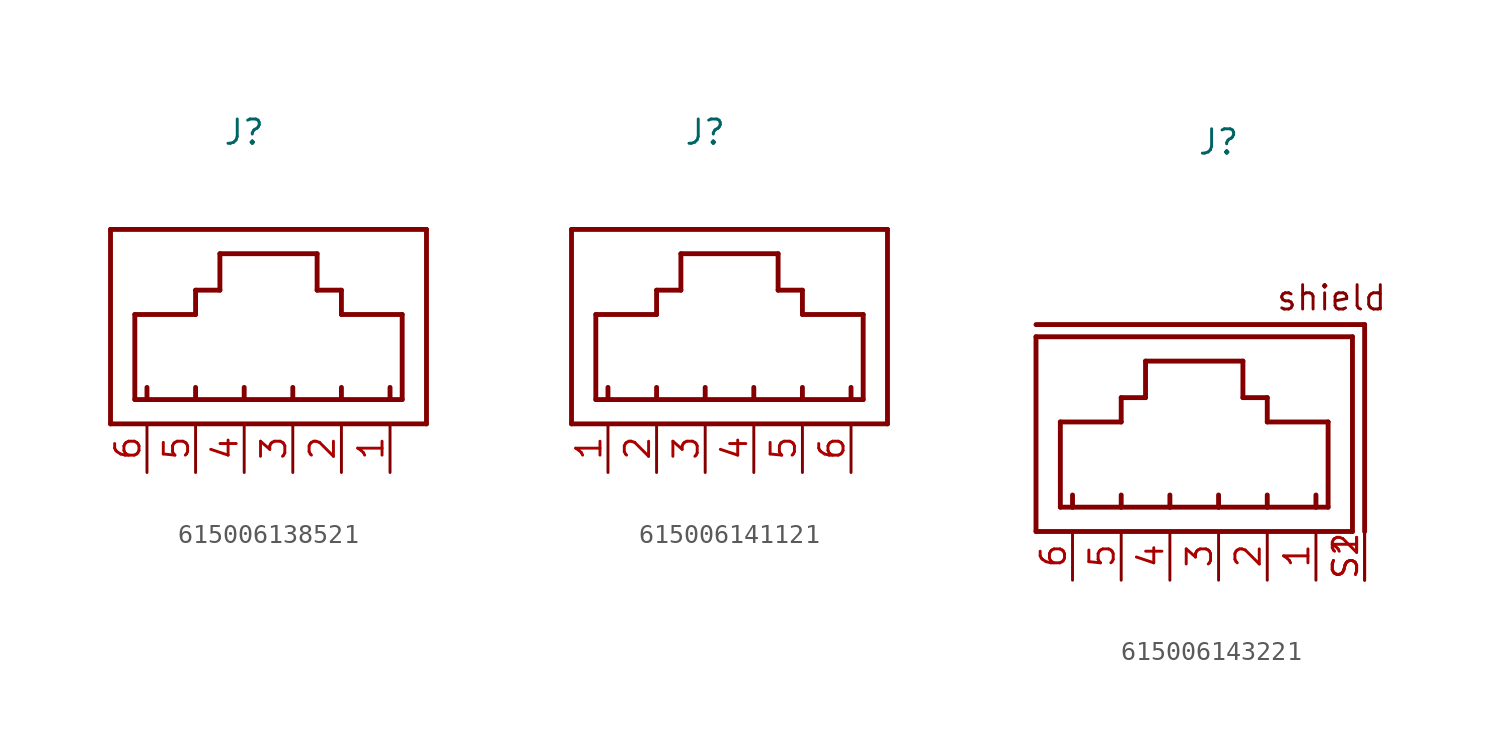
<source format=kicad_sym>
(kicad_symbol_lib
  (version 20241209)
  (generator "kicad_symbol_editor")
  (generator_version "9.0")
  (symbol "615006138521"
    (pin_names
      (hide yes))
    (property "Reference" "J"
      (at 0 10.16 0)
      (effects (font (size 1.27 1.27))))
    (symbol "615006138521_1_0"
      (polyline (pts (xy -6.985 5.08) (xy 9.525 5.08)) (stroke (width 0.254) (type solid)) (fill (type none)))
      (polyline (pts (xy -6.985 -5.08) (xy -6.985 5.08)) (stroke (width 0.254) (type solid)) (fill (type none)))
      (polyline (pts (xy -5.715 0.635) (xy -2.54 0.635)) (stroke (width 0.254) (type solid)) (fill (type none)))
      (polyline (pts (xy -5.715 -3.81) (xy -5.715 0.635)) (stroke (width 0.254) (type solid)) (fill (type none)))
      (polyline (pts (xy -5.08 -3.81) (xy -5.715 -3.81)) (stroke (width 0.254) (type solid)) (fill (type none)))
      (polyline (pts (xy -5.08 -3.81) (xy -5.08 -3.175)) (stroke (width 0.254) (type solid)) (fill (type none)))
      (polyline (pts (xy -2.54 1.905) (xy -1.27 1.905)) (stroke (width 0.254) (type solid)) (fill (type none)))
      (polyline (pts (xy -2.54 0.635) (xy -2.54 1.905)) (stroke (width 0.254) (type solid)) (fill (type none)))
      (polyline (pts (xy -2.54 -3.81) (xy -5.08 -3.81)) (stroke (width 0.254) (type solid)) (fill (type none)))
      (polyline (pts (xy -2.54 -3.81) (xy -2.54 -3.175)) (stroke (width 0.254) (type solid)) (fill (type none)))
      (polyline (pts (xy -1.27 3.81) (xy 3.81 3.81)) (stroke (width 0.254) (type solid)) (fill (type none)))
      (polyline (pts (xy -1.27 1.905) (xy -1.27 3.81)) (stroke (width 0.254) (type solid)) (fill (type none)))
      (polyline (pts (xy 0 -3.81) (xy -2.54 -3.81)) (stroke (width 0.254) (type solid)) (fill (type none)))
      (polyline (pts (xy 0 -3.81) (xy 0 -3.175)) (stroke (width 0.254) (type solid)) (fill (type none)))
      (polyline (pts (xy 2.54 -3.81) (xy 0 -3.81)) (stroke (width 0.254) (type solid)) (fill (type none)))
      (polyline (pts (xy 2.54 -3.81) (xy 2.54 -3.175)) (stroke (width 0.254) (type solid)) (fill (type none)))
      (polyline (pts (xy 3.81 1.905) (xy 3.81 3.81)) (stroke (width 0.254) (type solid)) (fill (type none)))
      (polyline (pts (xy 5.08 1.905) (xy 3.81 1.905)) (stroke (width 0.254) (type solid)) (fill (type none)))
      (polyline (pts (xy 5.08 0.635) (xy 5.08 1.905)) (stroke (width 0.254) (type solid)) (fill (type none)))
      (polyline (pts (xy 5.08 -3.81) (xy 2.54 -3.81)) (stroke (width 0.254) (type solid)) (fill (type none)))
      (polyline (pts (xy 5.08 -3.81) (xy 5.08 -3.175)) (stroke (width 0.254) (type solid)) (fill (type none)))
      (polyline (pts (xy 7.62 -3.81) (xy 5.08 -3.81)) (stroke (width 0.254) (type solid)) (fill (type none)))
      (polyline (pts (xy 7.62 -3.81) (xy 7.62 -3.175)) (stroke (width 0.254) (type solid)) (fill (type none)))
      (polyline (pts (xy 8.255 0.635) (xy 5.08 0.635)) (stroke (width 0.254) (type solid)) (fill (type none)))
      (polyline (pts (xy 8.255 0.635) (xy 8.255 -3.81)) (stroke (width 0.254) (type solid)) (fill (type none)))
      (polyline (pts (xy 8.255 -3.81) (xy 7.62 -3.81)) (stroke (width 0.254) (type solid)) (fill (type none)))
      (polyline (pts (xy 9.525 5.08) (xy 9.525 -5.08)) (stroke (width 0.254) (type solid)) (fill (type none)))
      (polyline (pts (xy 9.525 -5.08) (xy -6.985 -5.08)) (stroke (width 0.254) (type solid)) (fill (type none)))
      (pin passive line (at -5.08 -7.62 90) (length 2.54) (name "6" (effects (font (size 1.27 1.27)))) (number "6" (effects (font (size 1.27 1.27)))))
      (pin passive line (at -2.54 -7.62 90) (length 2.54) (name "5" (effects (font (size 1.27 1.27)))) (number "5" (effects (font (size 1.27 1.27)))))
      (pin passive line (at 0 -7.62 90) (length 2.54) (name "4" (effects (font (size 1.27 1.27)))) (number "4" (effects (font (size 1.27 1.27)))))
      (pin passive line (at 2.54 -7.62 90) (length 2.54) (name "3" (effects (font (size 1.27 1.27)))) (number "3" (effects (font (size 1.27 1.27)))))
      (pin passive line (at 5.08 -7.62 90) (length 2.54) (name "2" (effects (font (size 1.27 1.27)))) (number "2" (effects (font (size 1.27 1.27)))))
      (pin passive line (at 7.62 -7.62 90) (length 2.54) (name "1" (effects (font (size 1.27 1.27)))) (number "1" (effects (font (size 1.27 1.27)))))))
  (symbol "615006141121"
    (pin_names
      (hide yes))
    (property "Reference" "J"
      (at 0 10.16 0)
      (effects (font (size 1.27 1.27))))
    (symbol "615006141121_1_0"
      (polyline (pts (xy -6.985 5.08) (xy 9.525 5.08)) (stroke (width 0.254) (type solid)) (fill (type none)))
      (polyline (pts (xy -6.985 -5.08) (xy -6.985 5.08)) (stroke (width 0.254) (type solid)) (fill (type none)))
      (polyline (pts (xy -6.985 -5.08) (xy 9.525 -5.08)) (stroke (width 0.254) (type solid)) (fill (type none)))
      (polyline (pts (xy -5.715 0.635) (xy -2.54 0.635)) (stroke (width 0.254) (type solid)) (fill (type none)))
      (polyline (pts (xy -5.715 -3.81) (xy -5.715 0.635)) (stroke (width 0.254) (type solid)) (fill (type none)))
      (polyline (pts (xy -5.08 -3.81) (xy -5.715 -3.81)) (stroke (width 0.254) (type solid)) (fill (type none)))
      (polyline (pts (xy -5.08 -3.81) (xy -5.08 -3.175)) (stroke (width 0.254) (type solid)) (fill (type none)))
      (polyline (pts (xy -2.54 1.905) (xy -1.27 1.905)) (stroke (width 0.254) (type solid)) (fill (type none)))
      (polyline (pts (xy -2.54 0.635) (xy -2.54 1.905)) (stroke (width 0.254) (type solid)) (fill (type none)))
      (polyline (pts (xy -2.54 -3.81) (xy -5.08 -3.81)) (stroke (width 0.254) (type solid)) (fill (type none)))
      (polyline (pts (xy -2.54 -3.81) (xy -2.54 -3.175)) (stroke (width 0.254) (type solid)) (fill (type none)))
      (polyline (pts (xy -1.27 3.81) (xy 3.81 3.81)) (stroke (width 0.254) (type solid)) (fill (type none)))
      (polyline (pts (xy -1.27 1.905) (xy -1.27 3.81)) (stroke (width 0.254) (type solid)) (fill (type none)))
      (polyline (pts (xy 0 -3.81) (xy -2.54 -3.81)) (stroke (width 0.254) (type solid)) (fill (type none)))
      (polyline (pts (xy 0 -3.81) (xy 0 -3.175)) (stroke (width 0.254) (type solid)) (fill (type none)))
      (polyline (pts (xy 2.54 -3.81) (xy 0 -3.81)) (stroke (width 0.254) (type solid)) (fill (type none)))
      (polyline (pts (xy 2.54 -3.81) (xy 2.54 -3.175)) (stroke (width 0.254) (type solid)) (fill (type none)))
      (polyline (pts (xy 3.81 1.905) (xy 3.81 3.81)) (stroke (width 0.254) (type solid)) (fill (type none)))
      (polyline (pts (xy 5.08 1.905) (xy 3.81 1.905)) (stroke (width 0.254) (type solid)) (fill (type none)))
      (polyline (pts (xy 5.08 0.635) (xy 5.08 1.905)) (stroke (width 0.254) (type solid)) (fill (type none)))
      (polyline (pts (xy 5.08 -3.81) (xy 2.54 -3.81)) (stroke (width 0.254) (type solid)) (fill (type none)))
      (polyline (pts (xy 5.08 -3.81) (xy 5.08 -3.175)) (stroke (width 0.254) (type solid)) (fill (type none)))
      (polyline (pts (xy 7.62 -3.81) (xy 5.08 -3.81)) (stroke (width 0.254) (type solid)) (fill (type none)))
      (polyline (pts (xy 7.62 -3.81) (xy 7.62 -3.175)) (stroke (width 0.254) (type solid)) (fill (type none)))
      (polyline (pts (xy 8.255 0.635) (xy 5.08 0.635)) (stroke (width 0.254) (type solid)) (fill (type none)))
      (polyline (pts (xy 8.255 0.635) (xy 8.255 -3.81)) (stroke (width 0.254) (type solid)) (fill (type none)))
      (polyline (pts (xy 8.255 -3.81) (xy 7.62 -3.81)) (stroke (width 0.254) (type solid)) (fill (type none)))
      (polyline (pts (xy 9.525 5.08) (xy 9.525 -5.08)) (stroke (width 0.254) (type solid)) (fill (type none)))
      (pin passive line (at -5.08 -7.62 90) (length 2.54) (name "1" (effects (font (size 1.27 1.27)))) (number "1" (effects (font (size 1.27 1.27)))))
      (pin passive line (at -2.54 -7.62 90) (length 2.54) (name "2" (effects (font (size 1.27 1.27)))) (number "2" (effects (font (size 1.27 1.27)))))
      (pin passive line (at 0 -7.62 90) (length 2.54) (name "3" (effects (font (size 1.27 1.27)))) (number "3" (effects (font (size 1.27 1.27)))))
      (pin passive line (at 2.54 -7.62 90) (length 2.54) (name "4" (effects (font (size 1.27 1.27)))) (number "4" (effects (font (size 1.27 1.27)))))
      (pin passive line (at 5.08 -7.62 90) (length 2.54) (name "5" (effects (font (size 1.27 1.27)))) (number "5" (effects (font (size 1.27 1.27)))))
      (pin passive line (at 7.62 -7.62 90) (length 2.54) (name "6" (effects (font (size 1.27 1.27)))) (number "6" (effects (font (size 1.27 1.27)))))))
  (symbol "615006143221"
    (pin_names
      (hide yes))
    (property "Reference" "J"
      (at 0 15.24 0)
      (effects (font (size 1.27 1.27))))
    (symbol "615006143221_1_0"
      (polyline (pts (xy -9.525 5.715) (xy 7.62 5.715)) (stroke (width 0.254) (type solid)) (fill (type none)))
      (polyline (pts (xy -9.525 5.08) (xy 6.985 5.08)) (stroke (width 0.254) (type solid)) (fill (type none)))
      (polyline (pts (xy -9.525 -5.08) (xy -9.525 5.08)) (stroke (width 0.254) (type solid)) (fill (type none)))
      (polyline (pts (xy -8.255 0.635) (xy -5.08 0.635)) (stroke (width 0.254) (type solid)) (fill (type none)))
      (polyline (pts (xy -8.255 -3.81) (xy -8.255 0.635)) (stroke (width 0.254) (type solid)) (fill (type none)))
      (polyline (pts (xy -7.62 -3.81) (xy -8.255 -3.81)) (stroke (width 0.254) (type solid)) (fill (type none)))
      (polyline (pts (xy -7.62 -3.81) (xy -7.62 -3.175)) (stroke (width 0.254) (type solid)) (fill (type none)))
      (polyline (pts (xy -5.08 1.905) (xy -3.81 1.905)) (stroke (width 0.254) (type solid)) (fill (type none)))
      (polyline (pts (xy -5.08 0.635) (xy -5.08 1.905)) (stroke (width 0.254) (type solid)) (fill (type none)))
      (polyline (pts (xy -5.08 -3.81) (xy -7.62 -3.81)) (stroke (width 0.254) (type solid)) (fill (type none)))
      (polyline (pts (xy -5.08 -3.81) (xy -5.08 -3.175)) (stroke (width 0.254) (type solid)) (fill (type none)))
      (polyline (pts (xy -3.81 3.81) (xy 1.27 3.81)) (stroke (width 0.254) (type solid)) (fill (type none)))
      (polyline (pts (xy -3.81 1.905) (xy -3.81 3.81)) (stroke (width 0.254) (type solid)) (fill (type none)))
      (polyline (pts (xy -2.54 -3.81) (xy -5.08 -3.81)) (stroke (width 0.254) (type solid)) (fill (type none)))
      (polyline (pts (xy -2.54 -3.81) (xy -2.54 -3.175)) (stroke (width 0.254) (type solid)) (fill (type none)))
      (polyline (pts (xy 0 -3.81) (xy -2.54 -3.81)) (stroke (width 0.254) (type solid)) (fill (type none)))
      (polyline (pts (xy 0 -3.81) (xy 0 -3.175)) (stroke (width 0.254) (type solid)) (fill (type none)))
      (polyline (pts (xy 1.27 1.905) (xy 1.27 3.81)) (stroke (width 0.254) (type solid)) (fill (type none)))
      (polyline (pts (xy 2.54 1.905) (xy 1.27 1.905)) (stroke (width 0.254) (type solid)) (fill (type none)))
      (polyline (pts (xy 2.54 0.635) (xy 2.54 1.905)) (stroke (width 0.254) (type solid)) (fill (type none)))
      (polyline (pts (xy 2.54 -3.81) (xy 0 -3.81)) (stroke (width 0.254) (type solid)) (fill (type none)))
      (polyline (pts (xy 2.54 -3.81) (xy 2.54 -3.175)) (stroke (width 0.254) (type solid)) (fill (type none)))
      (polyline (pts (xy 5.08 -3.81) (xy 2.54 -3.81)) (stroke (width 0.254) (type solid)) (fill (type none)))
      (polyline (pts (xy 5.08 -3.81) (xy 5.08 -3.175)) (stroke (width 0.254) (type solid)) (fill (type none)))
      (polyline (pts (xy 5.715 0.635) (xy 2.54 0.635)) (stroke (width 0.254) (type solid)) (fill (type none)))
      (polyline (pts (xy 5.715 0.635) (xy 5.715 -3.81)) (stroke (width 0.254) (type solid)) (fill (type none)))
      (polyline (pts (xy 5.715 -3.81) (xy 5.08 -3.81)) (stroke (width 0.254) (type solid)) (fill (type none)))
      (polyline (pts (xy 6.985 5.08) (xy 6.985 -5.08)) (stroke (width 0.254) (type solid)) (fill (type none)))
      (polyline (pts (xy 6.985 -5.08) (xy -9.525 -5.08)) (stroke (width 0.254) (type solid)) (fill (type none)))
      (polyline (pts (xy 7.62 5.715) (xy 7.62 -5.08)) (stroke (width 0.254) (type solid)) (fill (type none)))
      (text "shield" (at 2.955 6.365 0) (effects (font (size 1.27 1.27)) (justify left bottom)))
      (pin passive line (at -7.62 -7.62 90) (length 2.54) (name "6" (effects (font (size 1.27 1.27)))) (number "6" (effects (font (size 1.27 1.27)))))
      (pin passive line (at -5.08 -7.62 90) (length 2.54) (name "5" (effects (font (size 1.27 1.27)))) (number "5" (effects (font (size 1.27 1.27)))))
      (pin passive line (at -2.54 -7.62 90) (length 2.54) (name "4" (effects (font (size 1.27 1.27)))) (number "4" (effects (font (size 1.27 1.27)))))
      (pin passive line (at 0 -7.62 90) (length 2.54) (name "3" (effects (font (size 1.27 1.27)))) (number "3" (effects (font (size 1.27 1.27)))))
      (pin passive line (at 2.54 -7.62 90) (length 2.54) (name "2" (effects (font (size 1.27 1.27)))) (number "2" (effects (font (size 1.27 1.27)))))
      (pin passive line (at 5.08 -7.62 90) (length 2.54) (name "1" (effects (font (size 1.27 1.27)))) (number "1" (effects (font (size 1.27 1.27)))))
      (pin passive line (at 7.62 -7.62 90) (length 2.54) (name "SHIELD" (effects (font (size 1.27 1.27)))) (number "S1" (effects (font (size 1.27 1.27)))))
      (pin passive line (at 7.62 -7.62 90) (length 2.54) (name "SHIELD" (effects (font (size 1.27 1.27)))) (number "S2" (effects (font (size 1.27 1.27))))))))
</source>
